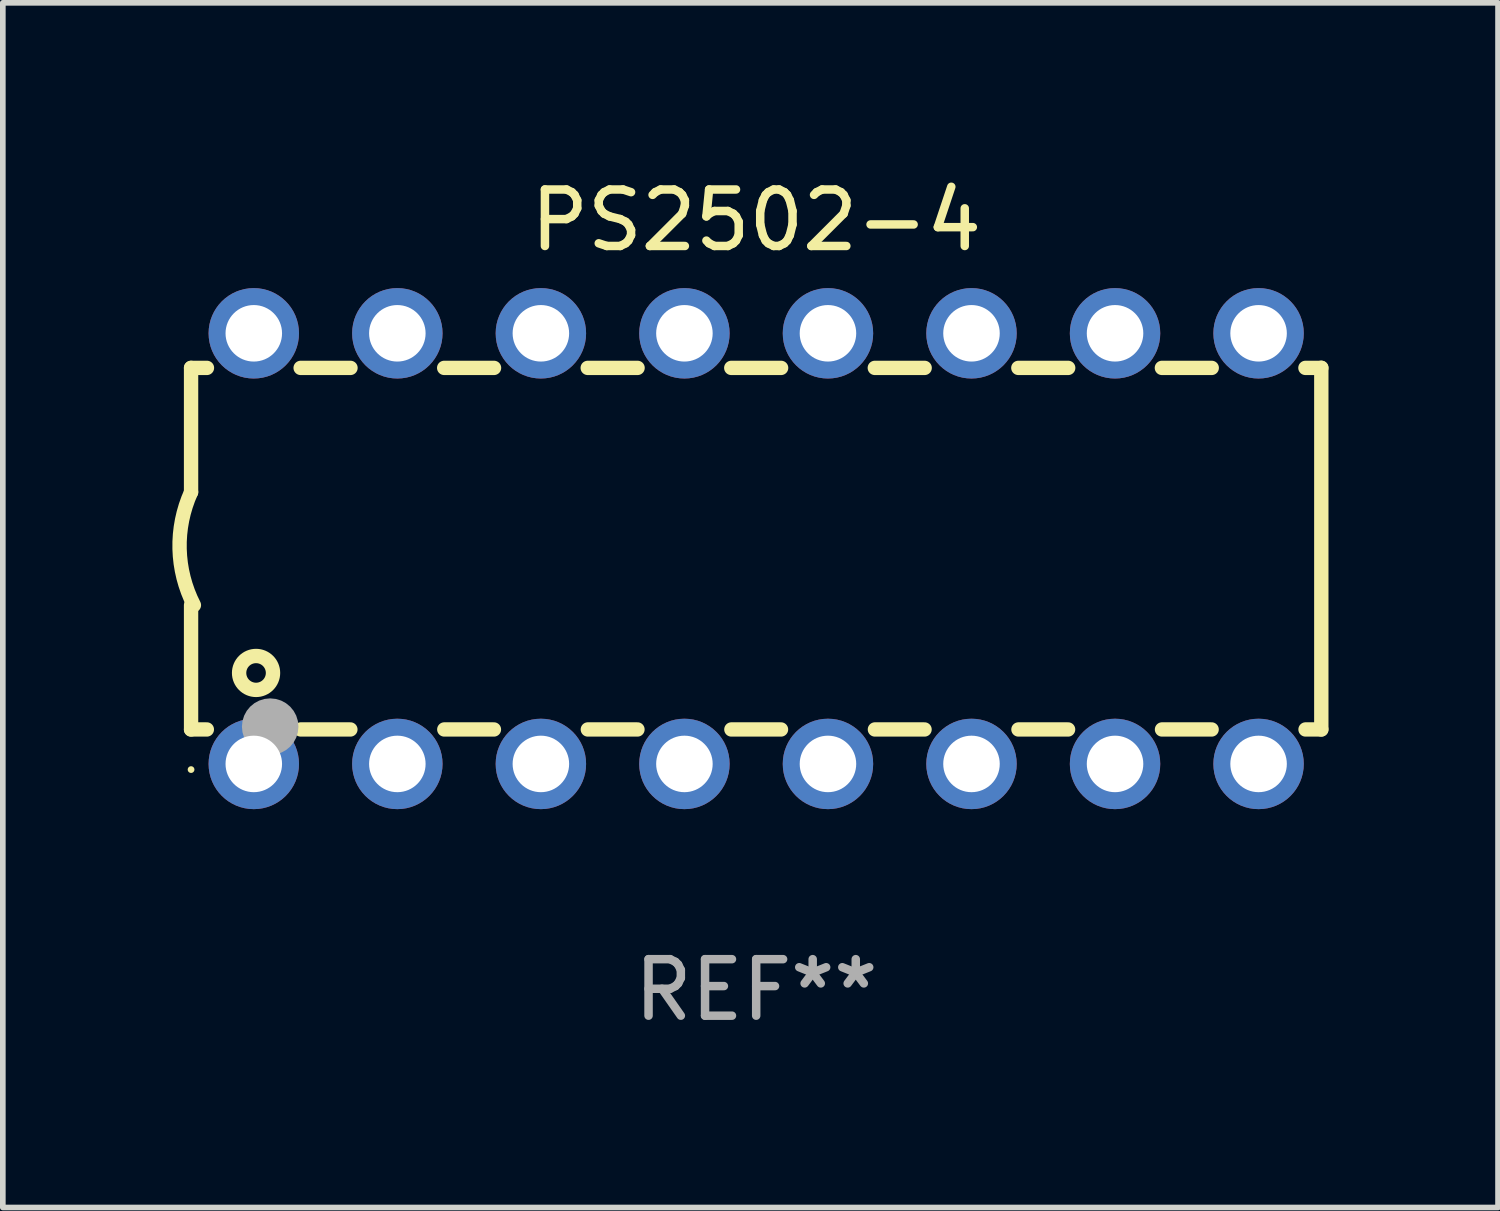
<source format=kicad_pcb>
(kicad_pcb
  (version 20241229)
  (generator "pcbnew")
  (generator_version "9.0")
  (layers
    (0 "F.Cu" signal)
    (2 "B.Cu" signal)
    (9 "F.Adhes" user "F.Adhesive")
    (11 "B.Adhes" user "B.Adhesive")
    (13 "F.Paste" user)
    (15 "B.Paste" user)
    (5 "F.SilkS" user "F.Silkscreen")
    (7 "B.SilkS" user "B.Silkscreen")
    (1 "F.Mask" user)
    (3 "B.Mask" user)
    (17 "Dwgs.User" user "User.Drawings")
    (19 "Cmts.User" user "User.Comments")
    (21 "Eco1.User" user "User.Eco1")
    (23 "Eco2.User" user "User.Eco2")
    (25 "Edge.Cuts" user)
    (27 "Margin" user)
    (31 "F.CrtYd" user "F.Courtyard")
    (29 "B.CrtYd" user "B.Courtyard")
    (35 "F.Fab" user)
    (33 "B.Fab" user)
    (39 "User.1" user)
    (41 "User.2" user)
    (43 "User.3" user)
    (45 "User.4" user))
  (footprint "PS2502-4"
    (layer "F.Cu")
    (at 10.331 6.658)
    (property "Reference" "PS2502-4" (at 0 -5.81 0) (layer "F.SilkS") (effects (font (size 1 1) (thickness 0.15))))
    (attr through_hole)
    (fp_line (start -10 -3.198) (end -9.719 -3.198) (stroke (width 0.254) (type solid)) (layer "F.SilkS"))
    (fp_line (start -10 -0.998) (end -10 -3.198) (stroke (width 0.254) (type solid)) (layer "F.SilkS"))
    (fp_line (start -10 3.2) (end -10 1) (stroke (width 0.254) (type solid)) (layer "F.SilkS"))
    (fp_line (start -10 3.2) (end -9.721 3.2) (stroke (width 0.254) (type solid)) (layer "F.SilkS"))
    (fp_line (start -8.061 -3.198) (end -7.179 -3.198) (stroke (width 0.254) (type solid)) (layer "F.SilkS"))
    (fp_line (start -8.059 3.2) (end -7.181 3.2) (stroke (width 0.254) (type solid)) (layer "F.SilkS"))
    (fp_line (start -5.521 -3.198) (end -4.639 -3.198) (stroke (width 0.254) (type solid)) (layer "F.SilkS"))
    (fp_line (start -5.519 3.2) (end -4.641 3.2) (stroke (width 0.254) (type solid)) (layer "F.SilkS"))
    (fp_line (start -2.981 -3.198) (end -2.099 -3.198) (stroke (width 0.254) (type solid)) (layer "F.SilkS"))
    (fp_line (start -2.979 3.2) (end -2.101 3.2) (stroke (width 0.254) (type solid)) (layer "F.SilkS"))
    (fp_line (start -0.441 -3.198) (end 0.441 -3.198) (stroke (width 0.254) (type solid)) (layer "F.SilkS"))
    (fp_line (start -0.439 3.2) (end 0.439 3.2) (stroke (width 0.254) (type solid)) (layer "F.SilkS"))
    (fp_line (start 2.099 -3.198) (end 2.981 -3.198) (stroke (width 0.254) (type solid)) (layer "F.SilkS"))
    (fp_line (start 2.101 3.2) (end 2.979 3.2) (stroke (width 0.254) (type solid)) (layer "F.SilkS"))
    (fp_line (start 4.639 -3.198) (end 5.521 -3.198) (stroke (width 0.254) (type solid)) (layer "F.SilkS"))
    (fp_line (start 4.641 3.2) (end 5.519 3.2) (stroke (width 0.254) (type solid)) (layer "F.SilkS"))
    (fp_line (start 7.179 -3.198) (end 8.061 -3.198) (stroke (width 0.254) (type solid)) (layer "F.SilkS"))
    (fp_line (start 7.181 3.2) (end 8.059 3.2) (stroke (width 0.254) (type solid)) (layer "F.SilkS"))
    (fp_line (start 9.719 -3.198) (end 10 -3.198) (stroke (width 0.254) (type solid)) (layer "F.SilkS"))
    (fp_line (start 9.721 3.2) (end 10 3.2) (stroke (width 0.254) (type solid)) (layer "F.SilkS"))
    (fp_line (start 10 3.2) (end 10 -3.2) (stroke (width 0.254) (type solid)) (layer "F.SilkS"))
    (fp_arc (start -9.949962 1) (mid -10.203153 0.005709) (end -10 -1) (stroke (width 0.254001) (type solid)) (layer "F.SilkS"))
    (fp_circle (center -10 3.91) (end -9.97 3.91) (stroke (width 0.06) (type solid)) (fill no) (layer "F.SilkS"))
    (fp_circle (center -8.85 2.2) (end -8.55 2.2) (stroke (width 0.254) (type solid)) (fill no) (layer "F.SilkS"))
    (fp_circle (center -8.6 3.15) (end -8.35 3.15) (stroke (width 0.5) (type solid)) (fill no) (layer "F.Fab"))
    (fp_text user "REF**" (at 0 7.81 0) (layer "F.Fab") (effects (font (size 1 1) (thickness 0.15))))
    (pad "1" thru_hole circle (at -8.89 3.81) (size 1.6 1.6) (drill 1) (layers "*.Cu" "*.Mask"))
    (pad "2" thru_hole circle (at -6.35 3.81) (size 1.6 1.6) (drill 1) (layers "*.Cu" "*.Mask"))
    (pad "3" thru_hole circle (at -3.81 3.81) (size 1.6 1.6) (drill 1) (layers "*.Cu" "*.Mask"))
    (pad "4" thru_hole circle (at -1.27 3.81) (size 1.6 1.6) (drill 1) (layers "*.Cu" "*.Mask"))
    (pad "5" thru_hole circle (at 1.27 3.81) (size 1.6 1.6) (drill 1) (layers "*.Cu" "*.Mask"))
    (pad "6" thru_hole circle (at 3.81 3.81) (size 1.6 1.6) (drill 1) (layers "*.Cu" "*.Mask"))
    (pad "7" thru_hole circle (at 6.35 3.81) (size 1.6 1.6) (drill 1) (layers "*.Cu" "*.Mask"))
    (pad "8" thru_hole circle (at 8.89 3.81) (size 1.6 1.6) (drill 1) (layers "*.Cu" "*.Mask"))
    (pad "9" thru_hole circle (at 8.89 -3.81) (size 1.6 1.6) (drill 1) (layers "*.Cu" "*.Mask"))
    (pad "10" thru_hole circle (at 6.35 -3.81) (size 1.6 1.6) (drill 1) (layers "*.Cu" "*.Mask"))
    (pad "11" thru_hole circle (at 3.81 -3.81) (size 1.6 1.6) (drill 1) (layers "*.Cu" "*.Mask"))
    (pad "12" thru_hole circle (at 1.27 -3.81) (size 1.6 1.6) (drill 1) (layers "*.Cu" "*.Mask"))
    (pad "13" thru_hole circle (at -1.27 -3.81) (size 1.6 1.6) (drill 1) (layers "*.Cu" "*.Mask"))
    (pad "14" thru_hole circle (at -3.81 -3.81) (size 1.6 1.6) (drill 1) (layers "*.Cu" "*.Mask"))
    (pad "15" thru_hole circle (at -6.35 -3.81) (size 1.6 1.6) (drill 1) (layers "*.Cu" "*.Mask"))
    (pad "16" thru_hole circle (at -8.89 -3.81) (size 1.6 1.6) (drill 1) (layers "*.Cu" "*.Mask")))
  (gr_rect
    (start -3 -3)
    (end 23.458 18.317)
    (stroke (width 0.1) (type default))
    (fill no)
    (layer "Edge.Cuts")))
</source>
